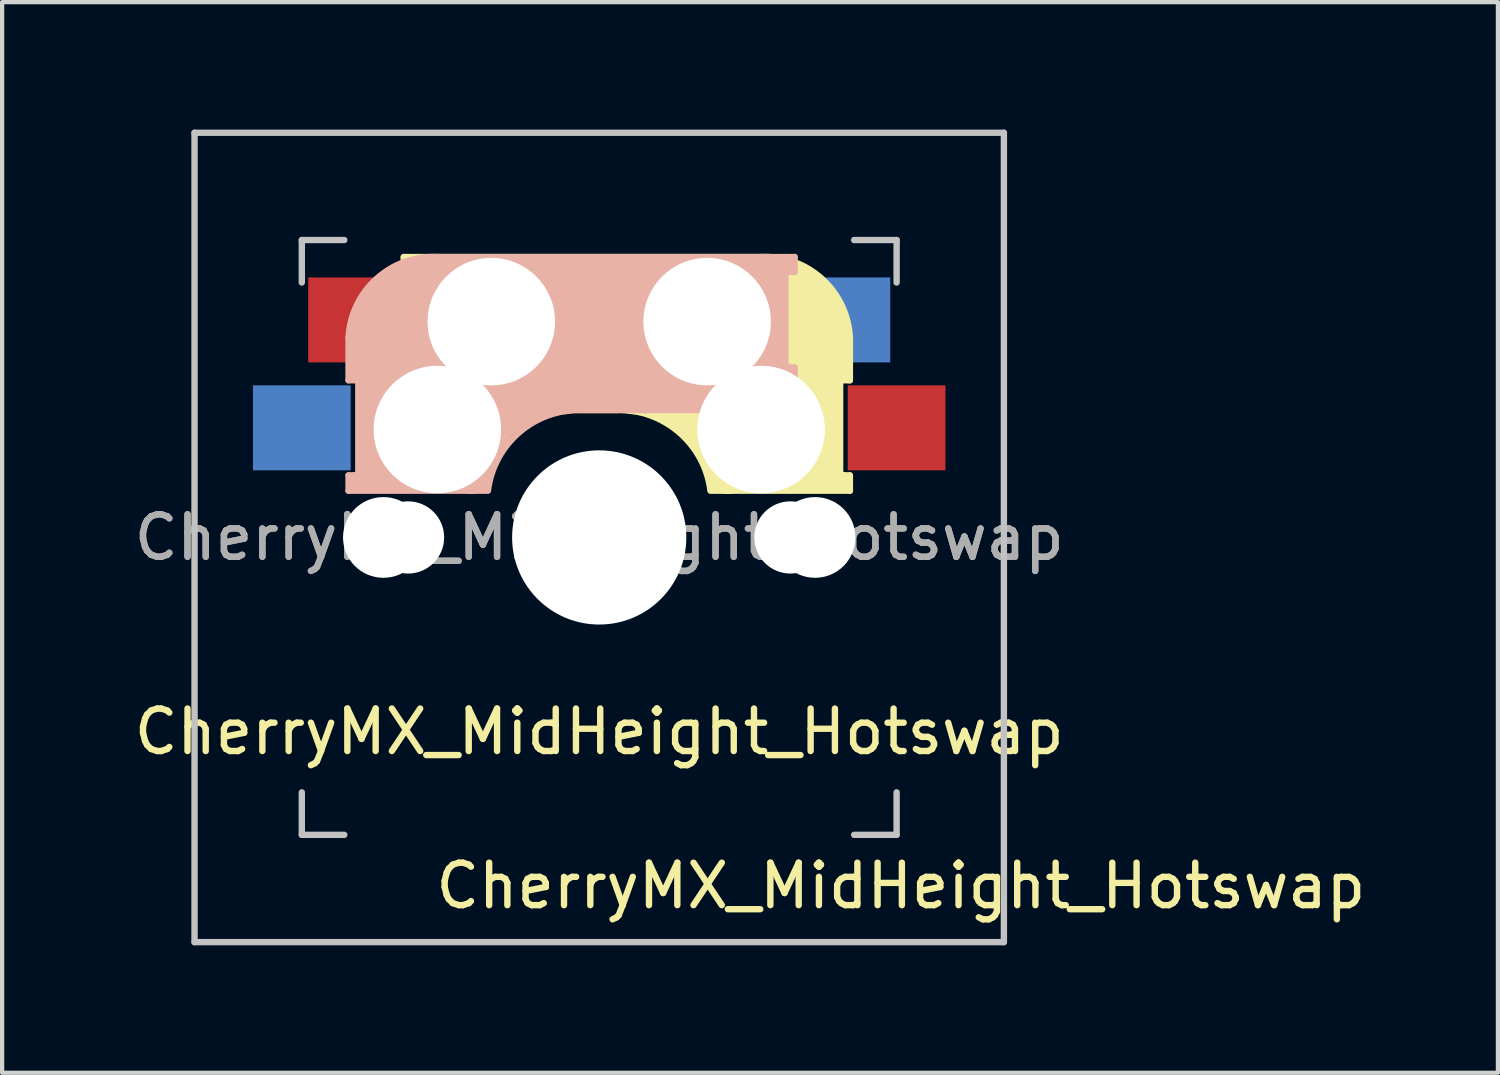
<source format=kicad_pcb>
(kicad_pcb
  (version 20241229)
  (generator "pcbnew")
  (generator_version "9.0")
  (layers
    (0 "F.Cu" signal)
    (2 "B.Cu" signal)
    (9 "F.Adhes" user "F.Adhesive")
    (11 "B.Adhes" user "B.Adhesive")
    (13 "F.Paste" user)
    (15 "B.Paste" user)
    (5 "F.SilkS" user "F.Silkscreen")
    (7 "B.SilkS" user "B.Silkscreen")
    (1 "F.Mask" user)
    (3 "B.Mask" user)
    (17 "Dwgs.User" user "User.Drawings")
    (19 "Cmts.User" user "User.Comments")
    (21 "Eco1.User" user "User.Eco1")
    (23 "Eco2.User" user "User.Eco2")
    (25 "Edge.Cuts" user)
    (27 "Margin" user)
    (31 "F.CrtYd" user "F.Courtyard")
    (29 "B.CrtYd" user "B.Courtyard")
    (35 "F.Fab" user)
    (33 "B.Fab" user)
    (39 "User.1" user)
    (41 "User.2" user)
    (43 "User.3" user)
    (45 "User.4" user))
  (footprint "CherryMX_MidHeight_Hotswap"
    (layer "F.Cu")
    (at 11.054 9.6)
    (property "Reference" "CherryMX_MidHeight_Hotswap" (at 7.1 8.2 0) (layer "F.SilkS") (effects (font (size 1 1) (thickness 0.15))))
    (attr through_hole)
    (fp_line (start -4.6 -6.6) (end 3.8 -6.6) (stroke (width 0.15) (type solid)) (layer "F.SilkS"))
    (fp_line (start -4.6 -6.25) (end -4.6 -6.6) (stroke (width 0.15) (type solid)) (layer "F.SilkS"))
    (fp_line (start -4.6 -4) (end -4.4 -4) (stroke (width 0.15) (type solid)) (layer "F.SilkS"))
    (fp_line (start -4.6 -3) (end -4.6 -4) (stroke (width 0.15) (type solid)) (layer "F.SilkS"))
    (fp_line (start -4.4 -6.4) (end -3 -6.4) (stroke (width 0.4) (type solid)) (layer "F.SilkS"))
    (fp_line (start -4.4 -6.25) (end -4.6 -6.25) (stroke (width 0.15) (type solid)) (layer "F.SilkS"))
    (fp_line (start -4.4 -3.9) (end -4.4 -3.2) (stroke (width 0.4) (type solid)) (layer "F.SilkS"))
    (fp_line (start -4.38 -4) (end -4.38 -6.25) (stroke (width 0.15) (type solid)) (layer "F.SilkS"))
    (fp_line (start -4.3 -3.3) (end -2.9 -3.3) (stroke (width 0.5) (type solid)) (layer "F.SilkS"))
    (fp_line (start -3.9 -6) (end -3.9 -3.5) (stroke (width 1) (type solid)) (layer "F.SilkS"))
    (fp_line (start -2.6 -4.8) (end 4.1 -4.8) (stroke (width 3.5) (type solid)) (layer "F.SilkS"))
    (fp_line (start 0.4 -3) (end -4.6 -3) (stroke (width 0.15) (type solid)) (layer "F.SilkS"))
    (fp_line (start 4.17 -5.1) (end 4.17 -2.86) (stroke (width 3) (type solid)) (layer "F.SilkS"))
    (fp_line (start 5.3 -1.6) (end 5.3 -3.4) (stroke (width 0.8) (type solid)) (layer "F.SilkS"))
    (fp_line (start 5.67 -3.7) (end 5.67 -1.46) (stroke (width 0.15) (type solid)) (layer "F.SilkS"))
    (fp_line (start 5.7 -1.46) (end 5.9 -1.46) (stroke (width 0.15) (type solid)) (layer "F.SilkS"))
    (fp_line (start 5.7 -1.3) (end 3 -1.3) (stroke (width 0.5) (type solid)) (layer "F.SilkS"))
    (fp_line (start 5.8 -3.8) (end 5.8 -4.7) (stroke (width 0.3) (type solid)) (layer "F.SilkS"))
    (fp_line (start 5.9 -4.7) (end 5.9 -3.7) (stroke (width 0.15) (type solid)) (layer "F.SilkS"))
    (fp_line (start 5.9 -3.7) (end 5.7 -3.7) (stroke (width 0.15) (type solid)) (layer "F.SilkS"))
    (fp_line (start 5.9 -1.1) (end 2.62 -1.1) (stroke (width 0.15) (type solid)) (layer "F.SilkS"))
    (fp_line (start 5.9 -1.1) (end 5.9 -1.46) (stroke (width 0.15) (type solid)) (layer "F.SilkS"))
    (fp_arc (start 0.4 -3) (mid 1.868709 -2.486118) (end 2.616318 -1.121471) (stroke (width 0.15) (type solid)) (layer "F.SilkS"))
    (fp_arc (start 0.8 -3.4) (mid 2.268709 -2.886118) (end 3.016318 -1.521471) (stroke (width 1) (type solid)) (layer "F.SilkS"))
    (fp_arc (start 3.8 -6.600001) (mid 5.243504 -6.084925) (end 5.900001 -4.7) (stroke (width 0.15) (type solid)) (layer "F.SilkS"))
    (fp_line (start -5.9 -4.7) (end -5.9 -3.7) (stroke (width 0.15) (type solid)) (layer "B.SilkS"))
    (fp_line (start -5.9 -3.7) (end -5.7 -3.7) (stroke (width 0.15) (type solid)) (layer "B.SilkS"))
    (fp_line (start -5.9 -1.1) (end -5.9 -1.46) (stroke (width 0.15) (type solid)) (layer "B.SilkS"))
    (fp_line (start -5.9 -1.1) (end -2.62 -1.1) (stroke (width 0.15) (type solid)) (layer "B.SilkS"))
    (fp_line (start -5.8 -3.8) (end -5.8 -4.7) (stroke (width 0.3) (type solid)) (layer "B.SilkS"))
    (fp_line (start -5.7 -1.46) (end -5.9 -1.46) (stroke (width 0.15) (type solid)) (layer "B.SilkS"))
    (fp_line (start -5.7 -1.3) (end -3 -1.3) (stroke (width 0.5) (type solid)) (layer "B.SilkS"))
    (fp_line (start -5.67 -3.7) (end -5.67 -1.46) (stroke (width 0.15) (type solid)) (layer "B.SilkS"))
    (fp_line (start -5.3 -1.6) (end -5.3 -3.4) (stroke (width 0.8) (type solid)) (layer "B.SilkS"))
    (fp_line (start -4.17 -5.1) (end -4.17 -2.86) (stroke (width 3) (type solid)) (layer "B.SilkS"))
    (fp_line (start -0.4 -3) (end 4.6 -3) (stroke (width 0.15) (type solid)) (layer "B.SilkS"))
    (fp_line (start 2.6 -4.8) (end -4.1 -4.8) (stroke (width 3.5) (type solid)) (layer "B.SilkS"))
    (fp_line (start 3.9 -6) (end 3.9 -3.5) (stroke (width 1) (type solid)) (layer "B.SilkS"))
    (fp_line (start 4.3 -3.3) (end 2.9 -3.3) (stroke (width 0.5) (type solid)) (layer "B.SilkS"))
    (fp_line (start 4.38 -4) (end 4.38 -6.25) (stroke (width 0.15) (type solid)) (layer "B.SilkS"))
    (fp_line (start 4.4 -6.4) (end 3 -6.4) (stroke (width 0.4) (type solid)) (layer "B.SilkS"))
    (fp_line (start 4.4 -6.25) (end 4.6 -6.25) (stroke (width 0.15) (type solid)) (layer "B.SilkS"))
    (fp_line (start 4.4 -3.9) (end 4.4 -3.2) (stroke (width 0.4) (type solid)) (layer "B.SilkS"))
    (fp_line (start 4.6 -6.6) (end -3.8 -6.6) (stroke (width 0.15) (type solid)) (layer "B.SilkS"))
    (fp_line (start 4.6 -6.25) (end 4.6 -6.6) (stroke (width 0.15) (type solid)) (layer "B.SilkS"))
    (fp_line (start 4.6 -4) (end 4.4 -4) (stroke (width 0.15) (type solid)) (layer "B.SilkS"))
    (fp_line (start 4.6 -3) (end 4.6 -4) (stroke (width 0.15) (type solid)) (layer "B.SilkS"))
    (fp_arc (start -5.9 -4.699999) (mid -5.243504 -6.084924) (end -3.800001 -6.6) (stroke (width 0.15) (type solid)) (layer "B.SilkS"))
    (fp_arc (start -3.016318 -1.521471) (mid -2.268709 -2.886118) (end -0.8 -3.4) (stroke (width 1) (type solid)) (layer "B.SilkS"))
    (fp_arc (start -2.616318 -1.121471) (mid -1.868709 -2.486118) (end -0.4 -3) (stroke (width 0.15) (type solid)) (layer "B.SilkS"))
    (fp_line (start -9.525 -9.525) (end 9.525 -9.525) (stroke (width 0.15) (type solid)) (layer "Dwgs.User"))
    (fp_line (start -9.525 9.525) (end -9.525 -9.525) (stroke (width 0.15) (type solid)) (layer "Dwgs.User"))
    (fp_line (start -7 -7) (end -6 -7) (stroke (width 0.15) (type solid)) (layer "Dwgs.User"))
    (fp_line (start -7 -6) (end -7 -7) (stroke (width 0.15) (type solid)) (layer "Dwgs.User"))
    (fp_line (start -7 6) (end -7 7) (stroke (width 0.15) (type solid)) (layer "Dwgs.User"))
    (fp_line (start -7 7) (end -6 7) (stroke (width 0.15) (type solid)) (layer "Dwgs.User"))
    (fp_line (start 6 7) (end 7 7) (stroke (width 0.15) (type solid)) (layer "Dwgs.User"))
    (fp_line (start 7 -7) (end 6 -7) (stroke (width 0.15) (type solid)) (layer "Dwgs.User"))
    (fp_line (start 7 -7) (end 7 -6) (stroke (width 0.15) (type solid)) (layer "Dwgs.User"))
    (fp_line (start 7 7) (end 7 6) (stroke (width 0.15) (type solid)) (layer "Dwgs.User"))
    (fp_line (start 9.525 -9.525) (end 9.525 9.525) (stroke (width 0.15) (type solid)) (layer "Dwgs.User"))
    (fp_line (start 9.525 9.525) (end -9.525 9.525) (stroke (width 0.15) (type solid)) (layer "Dwgs.User"))
    (fp_text user "${REFERENCE}" (at 0 4.572 0) (layer "F.SilkS") (effects (font (size 1 1) (thickness 0.15))))
    (fp_text user "${REFERENCE}" (at 0 0 0) (layer "F.Fab") (effects (font (size 1 1) (thickness 0.15))))
    (fp_text user "${REFERENCE}" (at 0 0 0) (layer "F.Fab") (effects (font (size 1 1) (thickness 0.15))))
    (pad "" np_thru_hole circle (at -5.08 0) (size 1.9 1.9) (drill 1.9) (layers "*.Cu" "*.Mask"))
    (pad "" np_thru_hole circle (at -4.5 0) (size 1.7 1.7) (drill 1.7) (layers "*.Cu" "*.Mask"))
    (pad "" np_thru_hole circle (at -3.81 -2.54 180) (size 3 3) (drill 3) (layers "*.Cu" "*.Mask"))
    (pad "" np_thru_hole circle (at -2.54 -5.08 180) (size 3 3) (drill 3) (layers "*.Cu" "*.Mask"))
    (pad "" np_thru_hole circle (at 0 0 90) (size 4.1 4.1) (drill 4.1) (layers "*.Cu" "*.Mask"))
    (pad "" np_thru_hole circle (at 2.54 -5.08 180) (size 3 3) (drill 3) (layers "*.Cu" "*.Mask"))
    (pad "" np_thru_hole circle (at 3.81 -2.54 180) (size 3 3) (drill 3) (layers "*.Cu" "*.Mask"))
    (pad "" np_thru_hole circle (at 4.5 0) (size 1.7 1.7) (drill 1.7) (layers "*.Cu" "*.Mask"))
    (pad "" np_thru_hole circle (at 5.08 0) (size 1.9 1.9) (drill 1.9) (layers "*.Cu" "*.Mask"))
    (pad "1" smd rect (at -7 -2.58 180) (size 2.3 2) (layers "B.Cu" "B.Mask" "B.Paste"))
    (pad "1" smd rect (at 7 -2.58 180) (size 2.3 2) (layers "F.Cu" "F.Mask" "F.Paste"))
    (pad "2" smd rect (at -5.7 -5.12 180) (size 2.3 2) (layers "F.Cu" "F.Mask" "F.Paste"))
    (pad "2" smd rect (at 5.7 -5.12 180) (size 2.3 2) (layers "B.Cu" "B.Mask" "B.Paste")))
  (gr_rect
    (start -3 -3)
    (end 32.207 22.2)
    (stroke (width 0.1) (type default))
    (fill no)
    (layer "Edge.Cuts")))
</source>
